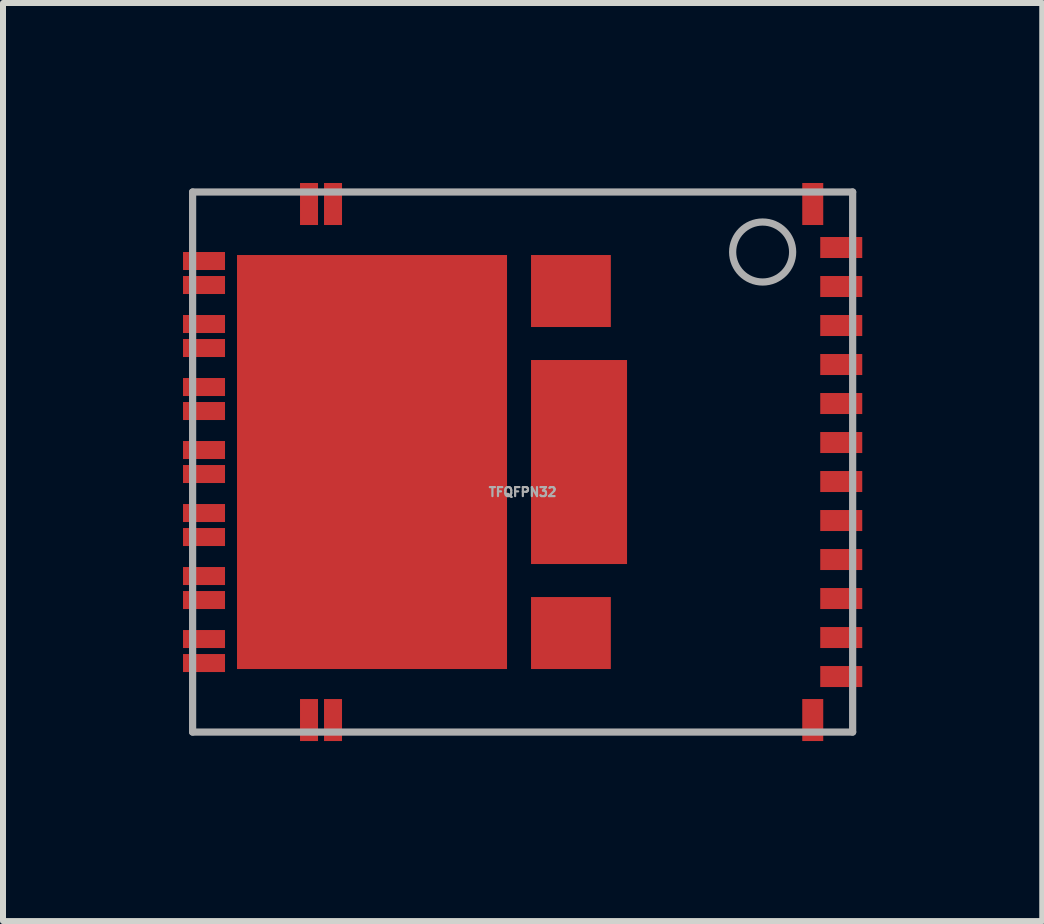
<source format=kicad_pcb>
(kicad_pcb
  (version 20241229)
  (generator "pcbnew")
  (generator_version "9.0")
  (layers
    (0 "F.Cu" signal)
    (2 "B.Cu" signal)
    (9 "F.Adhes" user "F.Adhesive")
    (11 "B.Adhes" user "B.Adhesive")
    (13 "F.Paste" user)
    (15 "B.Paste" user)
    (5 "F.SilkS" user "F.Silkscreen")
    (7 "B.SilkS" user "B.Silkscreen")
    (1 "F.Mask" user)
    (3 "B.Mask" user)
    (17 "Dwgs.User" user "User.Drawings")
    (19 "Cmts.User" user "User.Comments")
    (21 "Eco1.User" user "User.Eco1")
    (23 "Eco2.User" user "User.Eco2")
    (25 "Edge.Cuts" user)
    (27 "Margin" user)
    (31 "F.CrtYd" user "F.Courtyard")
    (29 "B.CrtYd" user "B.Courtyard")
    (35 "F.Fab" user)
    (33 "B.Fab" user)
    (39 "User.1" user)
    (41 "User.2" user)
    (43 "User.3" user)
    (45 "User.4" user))
  (footprint "TFQFPN32"
    (layer "F.Cu")
    (at 5.66 4.65)
    (property "Reference" "TFQFPN32" (at 0 0.5 0) (layer "F.Fab") (effects (font (size 0.15 0.15) (thickness 0.037))))
    (attr through_hole)
    (fp_line (start -5.5 -4.5) (end 5.5 -4.5) (stroke (width 0.12) (type solid)) (layer "F.Fab"))
    (fp_line (start -5.5 4.5) (end -5.5 -4.5) (stroke (width 0.12) (type solid)) (layer "F.Fab"))
    (fp_line (start 5.5 -4.5) (end 5.5 4.5) (stroke (width 0.12) (type solid)) (layer "F.Fab"))
    (fp_line (start 5.5 4.5) (end -5.5 4.5) (stroke (width 0.12) (type solid)) (layer "F.Fab"))
    (fp_circle (center 4 -3.5) (end 4.5 -3.5) (stroke (width 0.12) (type solid)) (fill no) (layer "F.Fab"))
    (pad "1" smd rect (at 4.835 -4.3) (size 0.35 0.7) (layers "F.Cu" "F.Mask" "F.Paste"))
    (pad "2" smd rect (at -3.16 -4.3) (size 0.3 0.7) (layers "F.Cu" "F.Mask" "F.Paste"))
    (pad "3" smd rect (at -3.56 -4.3) (size 0.3 0.7) (layers "F.Cu" "F.Mask" "F.Paste"))
    (pad "4" smd rect (at -5.31 -3.35) (size 0.7 0.3) (layers "F.Cu" "F.Mask" "F.Paste"))
    (pad "5" smd rect (at -5.31 -2.95) (size 0.7 0.3) (layers "F.Cu" "F.Mask" "F.Paste"))
    (pad "6" smd rect (at -5.31 -2.3) (size 0.7 0.3) (layers "F.Cu" "F.Mask" "F.Paste"))
    (pad "7" smd rect (at -5.31 -1.9) (size 0.7 0.3) (layers "F.Cu" "F.Mask" "F.Paste"))
    (pad "8" smd rect (at -5.31 -1.25) (size 0.7 0.3) (layers "F.Cu" "F.Mask" "F.Paste"))
    (pad "9" smd rect (at -5.31 -0.85) (size 0.7 0.3) (layers "F.Cu" "F.Mask" "F.Paste"))
    (pad "10" smd rect (at -5.31 -0.2) (size 0.7 0.3) (layers "F.Cu" "F.Mask" "F.Paste"))
    (pad "11" smd rect (at -5.31 0.2) (size 0.7 0.3) (layers "F.Cu" "F.Mask" "F.Paste"))
    (pad "12" smd rect (at -5.31 0.85) (size 0.7 0.3) (layers "F.Cu" "F.Mask" "F.Paste"))
    (pad "13" smd rect (at -5.31 1.25) (size 0.7 0.3) (layers "F.Cu" "F.Mask" "F.Paste"))
    (pad "14" smd rect (at -5.31 1.9) (size 0.7 0.3) (layers "F.Cu" "F.Mask" "F.Paste"))
    (pad "15" smd rect (at -5.31 2.3) (size 0.7 0.3) (layers "F.Cu" "F.Mask" "F.Paste"))
    (pad "16" smd rect (at -5.31 2.95) (size 0.7 0.3) (layers "F.Cu" "F.Mask" "F.Paste"))
    (pad "17" smd rect (at -5.31 3.35) (size 0.7 0.3) (layers "F.Cu" "F.Mask" "F.Paste"))
    (pad "18" smd rect (at -3.56 4.3) (size 0.3 0.7) (layers "F.Cu" "F.Mask" "F.Paste"))
    (pad "19" smd rect (at -3.16 4.3) (size 0.3 0.7) (layers "F.Cu" "F.Mask" "F.Paste"))
    (pad "20" smd rect (at 4.835 4.3) (size 0.35 0.7) (layers "F.Cu" "F.Mask" "F.Paste"))
    (pad "21" smd rect (at 5.31 3.575) (size 0.7 0.35) (layers "F.Cu" "F.Mask" "F.Paste"))
    (pad "22" smd rect (at 5.31 2.925) (size 0.7 0.35) (layers "F.Cu" "F.Mask" "F.Paste"))
    (pad "23" smd rect (at 5.31 2.275) (size 0.7 0.35) (layers "F.Cu" "F.Mask" "F.Paste"))
    (pad "24" smd rect (at 5.31 1.625) (size 0.7 0.35) (layers "F.Cu" "F.Mask" "F.Paste"))
    (pad "25" smd rect (at 5.31 0.975) (size 0.7 0.35) (layers "F.Cu" "F.Mask" "F.Paste"))
    (pad "26" smd rect (at 5.31 0.325) (size 0.7 0.35) (layers "F.Cu" "F.Mask" "F.Paste"))
    (pad "27" smd rect (at 5.31 -0.325) (size 0.7 0.35) (layers "F.Cu" "F.Mask" "F.Paste"))
    (pad "28" smd rect (at 5.31 -0.975) (size 0.7 0.35) (layers "F.Cu" "F.Mask" "F.Paste"))
    (pad "29" smd rect (at 5.31 -1.625) (size 0.7 0.35) (layers "F.Cu" "F.Mask" "F.Paste"))
    (pad "30" smd rect (at 5.31 -2.275) (size 0.7 0.35) (layers "F.Cu" "F.Mask" "F.Paste"))
    (pad "31" smd rect (at 5.31 -2.925) (size 0.7 0.35) (layers "F.Cu" "F.Mask" "F.Paste"))
    (pad "32" smd rect (at 5.31 -3.575) (size 0.7 0.35) (layers "F.Cu" "F.Mask" "F.Paste"))
    (pad "TGND" smd rect (at 0.805 -2.85) (size 1.33 1.2) (layers "F.Cu" "F.Mask" "F.Paste"))
    (pad "TGND" smd rect (at 0.805 2.85) (size 1.33 1.2) (layers "F.Cu" "F.Mask" "F.Paste"))
    (pad "TGND" smd rect (at 0.94 0) (size 1.6 3.4) (layers "F.Cu" "F.Mask" "F.Paste"))
    (pad "TVCC" smd rect (at -2.51 0) (size 4.5 6.9) (layers "F.Cu" "F.Mask" "F.Paste")))
  (gr_rect
    (start -3 -3)
    (end 14.32 12.3)
    (stroke (width 0.1) (type default))
    (fill no)
    (layer "Edge.Cuts")))
</source>
